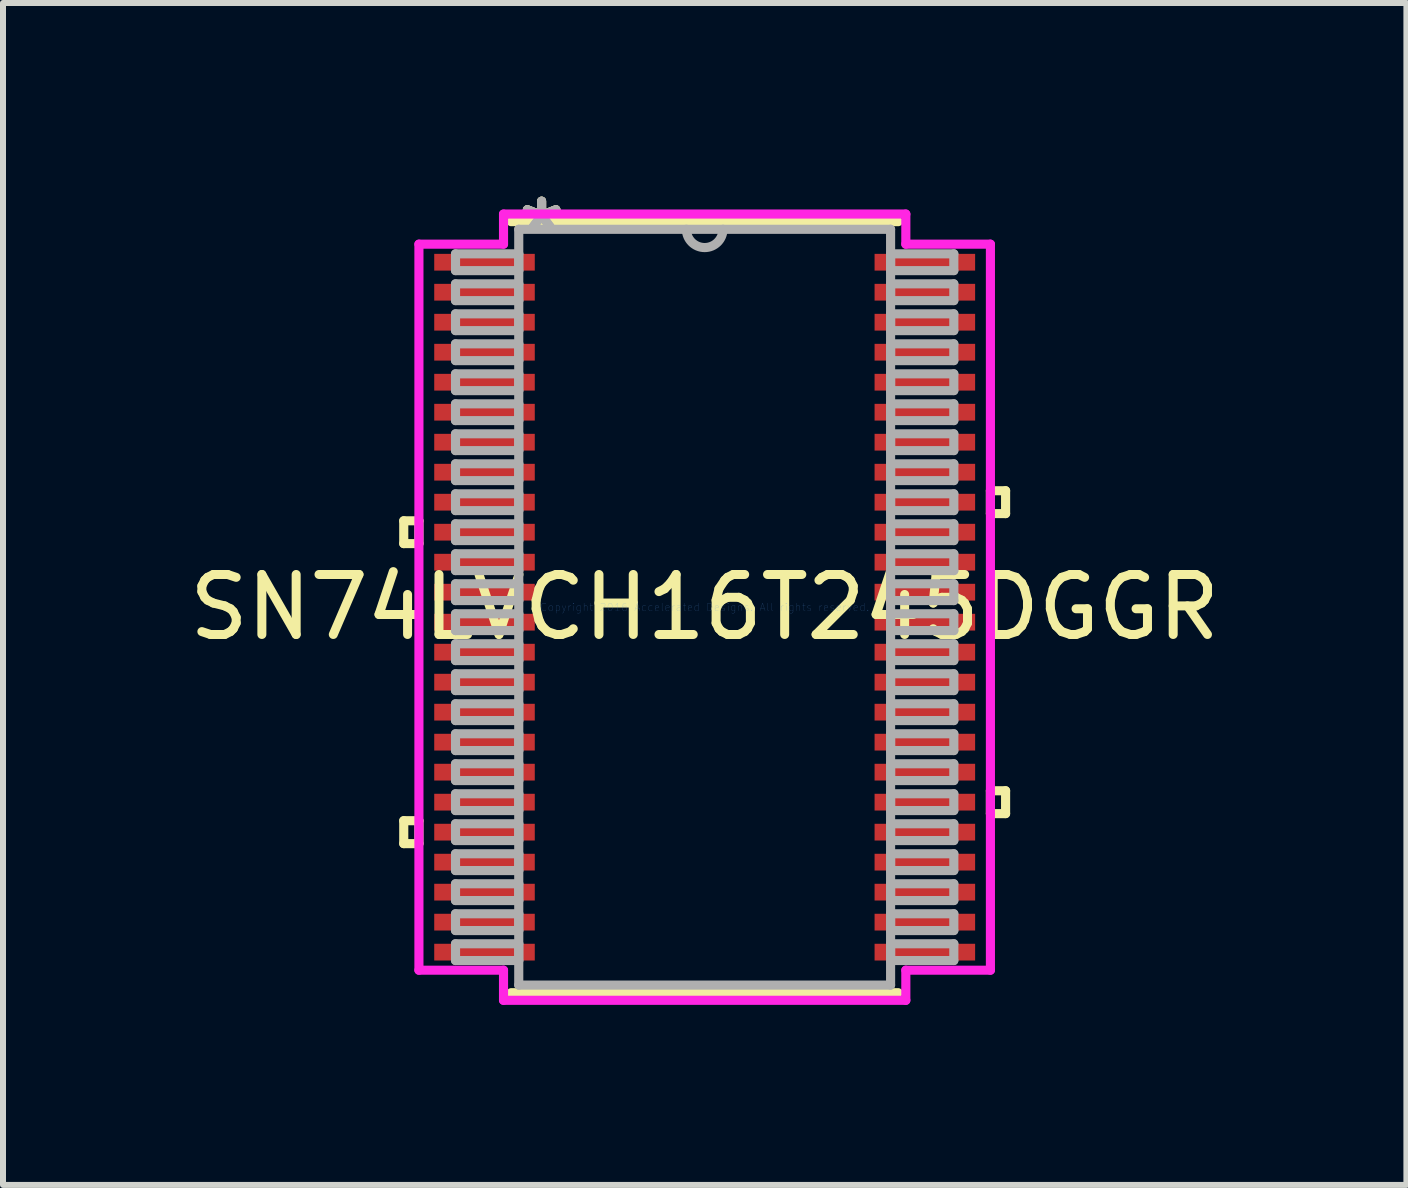
<source format=kicad_pcb>
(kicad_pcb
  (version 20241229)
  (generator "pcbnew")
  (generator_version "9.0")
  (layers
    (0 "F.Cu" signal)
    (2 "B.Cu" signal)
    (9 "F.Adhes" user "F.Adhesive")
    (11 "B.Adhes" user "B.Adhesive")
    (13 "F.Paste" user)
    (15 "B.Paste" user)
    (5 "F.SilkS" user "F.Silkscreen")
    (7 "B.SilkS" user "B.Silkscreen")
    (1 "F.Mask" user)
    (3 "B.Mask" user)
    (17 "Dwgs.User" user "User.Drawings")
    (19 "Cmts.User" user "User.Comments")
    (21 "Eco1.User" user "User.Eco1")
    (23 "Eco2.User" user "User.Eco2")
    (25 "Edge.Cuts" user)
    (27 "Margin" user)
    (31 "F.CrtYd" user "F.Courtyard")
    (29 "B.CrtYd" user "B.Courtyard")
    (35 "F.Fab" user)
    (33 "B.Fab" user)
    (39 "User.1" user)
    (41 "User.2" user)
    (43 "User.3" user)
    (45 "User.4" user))
  (footprint "SN74LVCH16T245DGGR"
    (layer "F.Cu")
    (at 8.696 7.071)
    (property "Reference" "SN74LVCH16T245DGGR" (at 0 0 0) (layer "F.SilkS") (effects (font (size 1 1) (thickness 0.15))))
    (attr through_hole)
    (fp_line (start -5.016 -1.44) (end -5.016 -1.06) (stroke (width 0.152) (type solid)) (layer "F.SilkS"))
    (fp_line (start -5.016 -1.06) (end -4.763 -1.06) (stroke (width 0.152) (type solid)) (layer "F.SilkS"))
    (fp_line (start -5.016 3.559) (end -5.016 3.941) (stroke (width 0.152) (type solid)) (layer "F.SilkS"))
    (fp_line (start -5.016 3.941) (end -4.763 3.941) (stroke (width 0.152) (type solid)) (layer "F.SilkS"))
    (fp_line (start -4.763 -1.44) (end -5.016 -1.44) (stroke (width 0.152) (type solid)) (layer "F.SilkS"))
    (fp_line (start -4.763 -1.06) (end -4.763 -1.44) (stroke (width 0.152) (type solid)) (layer "F.SilkS"))
    (fp_line (start -4.763 3.559) (end -5.016 3.559) (stroke (width 0.152) (type solid)) (layer "F.SilkS"))
    (fp_line (start -4.763 3.941) (end -4.763 3.559) (stroke (width 0.152) (type solid)) (layer "F.SilkS"))
    (fp_line (start -3.226 6.426) (end 3.226 6.426) (stroke (width 0.152) (type solid)) (layer "F.SilkS"))
    (fp_line (start 3.226 -6.426) (end -3.226 -6.426) (stroke (width 0.152) (type solid)) (layer "F.SilkS"))
    (fp_line (start 4.763 -1.941) (end 5.016 -1.941) (stroke (width 0.152) (type solid)) (layer "F.SilkS"))
    (fp_line (start 4.763 -1.56) (end 4.763 -1.941) (stroke (width 0.152) (type solid)) (layer "F.SilkS"))
    (fp_line (start 4.763 3.06) (end 5.016 3.06) (stroke (width 0.152) (type solid)) (layer "F.SilkS"))
    (fp_line (start 4.763 3.441) (end 4.763 3.06) (stroke (width 0.152) (type solid)) (layer "F.SilkS"))
    (fp_line (start 5.016 -1.941) (end 5.016 -1.56) (stroke (width 0.152) (type solid)) (layer "F.SilkS"))
    (fp_line (start 5.016 -1.56) (end 4.763 -1.56) (stroke (width 0.152) (type solid)) (layer "F.SilkS"))
    (fp_line (start 5.016 3.06) (end 5.016 3.441) (stroke (width 0.152) (type solid)) (layer "F.SilkS"))
    (fp_line (start 5.016 3.441) (end 4.763 3.441) (stroke (width 0.152) (type solid)) (layer "F.SilkS"))
    (fp_line (start -4.763 -6.051) (end -3.353 -6.051) (stroke (width 0.152) (type solid)) (layer "F.CrtYd"))
    (fp_line (start -4.763 6.051) (end -4.763 -6.051) (stroke (width 0.152) (type solid)) (layer "F.CrtYd"))
    (fp_line (start -3.353 -6.553) (end 3.353 -6.553) (stroke (width 0.152) (type solid)) (layer "F.CrtYd"))
    (fp_line (start -3.353 -6.051) (end -3.353 -6.553) (stroke (width 0.152) (type solid)) (layer "F.CrtYd"))
    (fp_line (start -3.353 6.051) (end -4.763 6.051) (stroke (width 0.152) (type solid)) (layer "F.CrtYd"))
    (fp_line (start -3.353 6.553) (end -3.353 6.051) (stroke (width 0.152) (type solid)) (layer "F.CrtYd"))
    (fp_line (start 3.353 -6.553) (end 3.353 -6.051) (stroke (width 0.152) (type solid)) (layer "F.CrtYd"))
    (fp_line (start 3.353 -6.051) (end 4.763 -6.051) (stroke (width 0.152) (type solid)) (layer "F.CrtYd"))
    (fp_line (start 3.353 6.051) (end 3.353 6.553) (stroke (width 0.152) (type solid)) (layer "F.CrtYd"))
    (fp_line (start 3.353 6.553) (end -3.353 6.553) (stroke (width 0.152) (type solid)) (layer "F.CrtYd"))
    (fp_line (start 4.763 -6.051) (end 4.763 6.051) (stroke (width 0.152) (type solid)) (layer "F.CrtYd"))
    (fp_line (start 4.763 6.051) (end 3.353 6.051) (stroke (width 0.152) (type solid)) (layer "F.CrtYd"))
    (fp_line (start -4.153 -5.89) (end -4.153 -5.61) (stroke (width 0.152) (type solid)) (layer "F.Fab"))
    (fp_line (start -4.153 -5.61) (end -3.099 -5.61) (stroke (width 0.152) (type solid)) (layer "F.Fab"))
    (fp_line (start -4.153 -5.39) (end -4.153 -5.11) (stroke (width 0.152) (type solid)) (layer "F.Fab"))
    (fp_line (start -4.153 -5.11) (end -3.099 -5.11) (stroke (width 0.152) (type solid)) (layer "F.Fab"))
    (fp_line (start -4.153 -4.89) (end -4.153 -4.61) (stroke (width 0.152) (type solid)) (layer "F.Fab"))
    (fp_line (start -4.153 -4.61) (end -3.099 -4.61) (stroke (width 0.152) (type solid)) (layer "F.Fab"))
    (fp_line (start -4.153 -4.39) (end -4.153 -4.11) (stroke (width 0.152) (type solid)) (layer "F.Fab"))
    (fp_line (start -4.153 -4.11) (end -3.099 -4.11) (stroke (width 0.152) (type solid)) (layer "F.Fab"))
    (fp_line (start -4.153 -3.89) (end -4.153 -3.61) (stroke (width 0.152) (type solid)) (layer "F.Fab"))
    (fp_line (start -4.153 -3.61) (end -3.099 -3.61) (stroke (width 0.152) (type solid)) (layer "F.Fab"))
    (fp_line (start -4.153 -3.39) (end -4.153 -3.11) (stroke (width 0.152) (type solid)) (layer "F.Fab"))
    (fp_line (start -4.153 -3.11) (end -3.099 -3.11) (stroke (width 0.152) (type solid)) (layer "F.Fab"))
    (fp_line (start -4.153 -2.89) (end -4.153 -2.61) (stroke (width 0.152) (type solid)) (layer "F.Fab"))
    (fp_line (start -4.153 -2.61) (end -3.099 -2.61) (stroke (width 0.152) (type solid)) (layer "F.Fab"))
    (fp_line (start -4.153 -2.39) (end -4.153 -2.11) (stroke (width 0.152) (type solid)) (layer "F.Fab"))
    (fp_line (start -4.153 -2.11) (end -3.099 -2.11) (stroke (width 0.152) (type solid)) (layer "F.Fab"))
    (fp_line (start -4.153 -1.89) (end -4.153 -1.61) (stroke (width 0.152) (type solid)) (layer "F.Fab"))
    (fp_line (start -4.153 -1.61) (end -3.099 -1.61) (stroke (width 0.152) (type solid)) (layer "F.Fab"))
    (fp_line (start -4.153 -1.39) (end -4.153 -1.11) (stroke (width 0.152) (type solid)) (layer "F.Fab"))
    (fp_line (start -4.153 -1.11) (end -3.099 -1.11) (stroke (width 0.152) (type solid)) (layer "F.Fab"))
    (fp_line (start -4.153 -0.89) (end -4.153 -0.61) (stroke (width 0.152) (type solid)) (layer "F.Fab"))
    (fp_line (start -4.153 -0.61) (end -3.099 -0.61) (stroke (width 0.152) (type solid)) (layer "F.Fab"))
    (fp_line (start -4.153 -0.39) (end -4.153 -0.11) (stroke (width 0.152) (type solid)) (layer "F.Fab"))
    (fp_line (start -4.153 -0.11) (end -3.099 -0.11) (stroke (width 0.152) (type solid)) (layer "F.Fab"))
    (fp_line (start -4.153 0.11) (end -4.153 0.39) (stroke (width 0.152) (type solid)) (layer "F.Fab"))
    (fp_line (start -4.153 0.39) (end -3.099 0.39) (stroke (width 0.152) (type solid)) (layer "F.Fab"))
    (fp_line (start -4.153 0.61) (end -4.153 0.89) (stroke (width 0.152) (type solid)) (layer "F.Fab"))
    (fp_line (start -4.153 0.89) (end -3.099 0.89) (stroke (width 0.152) (type solid)) (layer "F.Fab"))
    (fp_line (start -4.153 1.11) (end -4.153 1.39) (stroke (width 0.152) (type solid)) (layer "F.Fab"))
    (fp_line (start -4.153 1.39) (end -3.099 1.39) (stroke (width 0.152) (type solid)) (layer "F.Fab"))
    (fp_line (start -4.153 1.61) (end -4.153 1.89) (stroke (width 0.152) (type solid)) (layer "F.Fab"))
    (fp_line (start -4.153 1.89) (end -3.099 1.89) (stroke (width 0.152) (type solid)) (layer "F.Fab"))
    (fp_line (start -4.153 2.11) (end -4.153 2.39) (stroke (width 0.152) (type solid)) (layer "F.Fab"))
    (fp_line (start -4.153 2.39) (end -3.099 2.39) (stroke (width 0.152) (type solid)) (layer "F.Fab"))
    (fp_line (start -4.153 2.61) (end -4.153 2.89) (stroke (width 0.152) (type solid)) (layer "F.Fab"))
    (fp_line (start -4.153 2.89) (end -3.099 2.89) (stroke (width 0.152) (type solid)) (layer "F.Fab"))
    (fp_line (start -4.153 3.11) (end -4.153 3.39) (stroke (width 0.152) (type solid)) (layer "F.Fab"))
    (fp_line (start -4.153 3.39) (end -3.099 3.39) (stroke (width 0.152) (type solid)) (layer "F.Fab"))
    (fp_line (start -4.153 3.61) (end -4.153 3.89) (stroke (width 0.152) (type solid)) (layer "F.Fab"))
    (fp_line (start -4.153 3.89) (end -3.099 3.89) (stroke (width 0.152) (type solid)) (layer "F.Fab"))
    (fp_line (start -4.153 4.11) (end -4.153 4.39) (stroke (width 0.152) (type solid)) (layer "F.Fab"))
    (fp_line (start -4.153 4.39) (end -3.099 4.39) (stroke (width 0.152) (type solid)) (layer "F.Fab"))
    (fp_line (start -4.153 4.61) (end -4.153 4.89) (stroke (width 0.152) (type solid)) (layer "F.Fab"))
    (fp_line (start -4.153 4.89) (end -3.099 4.89) (stroke (width 0.152) (type solid)) (layer "F.Fab"))
    (fp_line (start -4.153 5.11) (end -4.153 5.39) (stroke (width 0.152) (type solid)) (layer "F.Fab"))
    (fp_line (start -4.153 5.39) (end -3.099 5.39) (stroke (width 0.152) (type solid)) (layer "F.Fab"))
    (fp_line (start -4.153 5.61) (end -4.153 5.89) (stroke (width 0.152) (type solid)) (layer "F.Fab"))
    (fp_line (start -4.153 5.89) (end -3.099 5.89) (stroke (width 0.152) (type solid)) (layer "F.Fab"))
    (fp_line (start -3.099 -6.299) (end -3.099 6.299) (stroke (width 0.152) (type solid)) (layer "F.Fab"))
    (fp_line (start -3.099 -5.89) (end -4.153 -5.89) (stroke (width 0.152) (type solid)) (layer "F.Fab"))
    (fp_line (start -3.099 -5.61) (end -3.099 -5.89) (stroke (width 0.152) (type solid)) (layer "F.Fab"))
    (fp_line (start -3.099 -5.39) (end -4.153 -5.39) (stroke (width 0.152) (type solid)) (layer "F.Fab"))
    (fp_line (start -3.099 -5.11) (end -3.099 -5.39) (stroke (width 0.152) (type solid)) (layer "F.Fab"))
    (fp_line (start -3.099 -4.89) (end -4.153 -4.89) (stroke (width 0.152) (type solid)) (layer "F.Fab"))
    (fp_line (start -3.099 -4.61) (end -3.099 -4.89) (stroke (width 0.152) (type solid)) (layer "F.Fab"))
    (fp_line (start -3.099 -4.39) (end -4.153 -4.39) (stroke (width 0.152) (type solid)) (layer "F.Fab"))
    (fp_line (start -3.099 -4.11) (end -3.099 -4.39) (stroke (width 0.152) (type solid)) (layer "F.Fab"))
    (fp_line (start -3.099 -3.89) (end -4.153 -3.89) (stroke (width 0.152) (type solid)) (layer "F.Fab"))
    (fp_line (start -3.099 -3.61) (end -3.099 -3.89) (stroke (width 0.152) (type solid)) (layer "F.Fab"))
    (fp_line (start -3.099 -3.39) (end -4.153 -3.39) (stroke (width 0.152) (type solid)) (layer "F.Fab"))
    (fp_line (start -3.099 -3.11) (end -3.099 -3.39) (stroke (width 0.152) (type solid)) (layer "F.Fab"))
    (fp_line (start -3.099 -2.89) (end -4.153 -2.89) (stroke (width 0.152) (type solid)) (layer "F.Fab"))
    (fp_line (start -3.099 -2.61) (end -3.099 -2.89) (stroke (width 0.152) (type solid)) (layer "F.Fab"))
    (fp_line (start -3.099 -2.39) (end -4.153 -2.39) (stroke (width 0.152) (type solid)) (layer "F.Fab"))
    (fp_line (start -3.099 -2.11) (end -3.099 -2.39) (stroke (width 0.152) (type solid)) (layer "F.Fab"))
    (fp_line (start -3.099 -1.89) (end -4.153 -1.89) (stroke (width 0.152) (type solid)) (layer "F.Fab"))
    (fp_line (start -3.099 -1.61) (end -3.099 -1.89) (stroke (width 0.152) (type solid)) (layer "F.Fab"))
    (fp_line (start -3.099 -1.39) (end -4.153 -1.39) (stroke (width 0.152) (type solid)) (layer "F.Fab"))
    (fp_line (start -3.099 -1.11) (end -3.099 -1.39) (stroke (width 0.152) (type solid)) (layer "F.Fab"))
    (fp_line (start -3.099 -0.89) (end -4.153 -0.89) (stroke (width 0.152) (type solid)) (layer "F.Fab"))
    (fp_line (start -3.099 -0.61) (end -3.099 -0.89) (stroke (width 0.152) (type solid)) (layer "F.Fab"))
    (fp_line (start -3.099 -0.39) (end -4.153 -0.39) (stroke (width 0.152) (type solid)) (layer "F.Fab"))
    (fp_line (start -3.099 -0.11) (end -3.099 -0.39) (stroke (width 0.152) (type solid)) (layer "F.Fab"))
    (fp_line (start -3.099 0.11) (end -4.153 0.11) (stroke (width 0.152) (type solid)) (layer "F.Fab"))
    (fp_line (start -3.099 0.39) (end -3.099 0.11) (stroke (width 0.152) (type solid)) (layer "F.Fab"))
    (fp_line (start -3.099 0.61) (end -4.153 0.61) (stroke (width 0.152) (type solid)) (layer "F.Fab"))
    (fp_line (start -3.099 0.89) (end -3.099 0.61) (stroke (width 0.152) (type solid)) (layer "F.Fab"))
    (fp_line (start -3.099 1.11) (end -4.153 1.11) (stroke (width 0.152) (type solid)) (layer "F.Fab"))
    (fp_line (start -3.099 1.39) (end -3.099 1.11) (stroke (width 0.152) (type solid)) (layer "F.Fab"))
    (fp_line (start -3.099 1.61) (end -4.153 1.61) (stroke (width 0.152) (type solid)) (layer "F.Fab"))
    (fp_line (start -3.099 1.89) (end -3.099 1.61) (stroke (width 0.152) (type solid)) (layer "F.Fab"))
    (fp_line (start -3.099 2.11) (end -4.153 2.11) (stroke (width 0.152) (type solid)) (layer "F.Fab"))
    (fp_line (start -3.099 2.39) (end -3.099 2.11) (stroke (width 0.152) (type solid)) (layer "F.Fab"))
    (fp_line (start -3.099 2.61) (end -4.153 2.61) (stroke (width 0.152) (type solid)) (layer "F.Fab"))
    (fp_line (start -3.099 2.89) (end -3.099 2.61) (stroke (width 0.152) (type solid)) (layer "F.Fab"))
    (fp_line (start -3.099 3.11) (end -4.153 3.11) (stroke (width 0.152) (type solid)) (layer "F.Fab"))
    (fp_line (start -3.099 3.39) (end -3.099 3.11) (stroke (width 0.152) (type solid)) (layer "F.Fab"))
    (fp_line (start -3.099 3.61) (end -4.153 3.61) (stroke (width 0.152) (type solid)) (layer "F.Fab"))
    (fp_line (start -3.099 3.89) (end -3.099 3.61) (stroke (width 0.152) (type solid)) (layer "F.Fab"))
    (fp_line (start -3.099 4.11) (end -4.153 4.11) (stroke (width 0.152) (type solid)) (layer "F.Fab"))
    (fp_line (start -3.099 4.39) (end -3.099 4.11) (stroke (width 0.152) (type solid)) (layer "F.Fab"))
    (fp_line (start -3.099 4.61) (end -4.153 4.61) (stroke (width 0.152) (type solid)) (layer "F.Fab"))
    (fp_line (start -3.099 4.89) (end -3.099 4.61) (stroke (width 0.152) (type solid)) (layer "F.Fab"))
    (fp_line (start -3.099 5.11) (end -4.153 5.11) (stroke (width 0.152) (type solid)) (layer "F.Fab"))
    (fp_line (start -3.099 5.39) (end -3.099 5.11) (stroke (width 0.152) (type solid)) (layer "F.Fab"))
    (fp_line (start -3.099 5.61) (end -4.153 5.61) (stroke (width 0.152) (type solid)) (layer "F.Fab"))
    (fp_line (start -3.099 5.89) (end -3.099 5.61) (stroke (width 0.152) (type solid)) (layer "F.Fab"))
    (fp_line (start -3.099 6.299) (end 3.099 6.299) (stroke (width 0.152) (type solid)) (layer "F.Fab"))
    (fp_line (start 3.099 -6.299) (end -3.099 -6.299) (stroke (width 0.152) (type solid)) (layer "F.Fab"))
    (fp_line (start 3.099 -5.89) (end 3.099 -5.61) (stroke (width 0.152) (type solid)) (layer "F.Fab"))
    (fp_line (start 3.099 -5.61) (end 4.153 -5.61) (stroke (width 0.152) (type solid)) (layer "F.Fab"))
    (fp_line (start 3.099 -5.39) (end 3.099 -5.11) (stroke (width 0.152) (type solid)) (layer "F.Fab"))
    (fp_line (start 3.099 -5.11) (end 4.153 -5.11) (stroke (width 0.152) (type solid)) (layer "F.Fab"))
    (fp_line (start 3.099 -4.89) (end 3.099 -4.61) (stroke (width 0.152) (type solid)) (layer "F.Fab"))
    (fp_line (start 3.099 -4.61) (end 4.153 -4.61) (stroke (width 0.152) (type solid)) (layer "F.Fab"))
    (fp_line (start 3.099 -4.39) (end 3.099 -4.11) (stroke (width 0.152) (type solid)) (layer "F.Fab"))
    (fp_line (start 3.099 -4.11) (end 4.153 -4.11) (stroke (width 0.152) (type solid)) (layer "F.Fab"))
    (fp_line (start 3.099 -3.89) (end 3.099 -3.61) (stroke (width 0.152) (type solid)) (layer "F.Fab"))
    (fp_line (start 3.099 -3.61) (end 4.153 -3.61) (stroke (width 0.152) (type solid)) (layer "F.Fab"))
    (fp_line (start 3.099 -3.39) (end 3.099 -3.11) (stroke (width 0.152) (type solid)) (layer "F.Fab"))
    (fp_line (start 3.099 -3.11) (end 4.153 -3.11) (stroke (width 0.152) (type solid)) (layer "F.Fab"))
    (fp_line (start 3.099 -2.89) (end 3.099 -2.61) (stroke (width 0.152) (type solid)) (layer "F.Fab"))
    (fp_line (start 3.099 -2.61) (end 4.153 -2.61) (stroke (width 0.152) (type solid)) (layer "F.Fab"))
    (fp_line (start 3.099 -2.39) (end 3.099 -2.11) (stroke (width 0.152) (type solid)) (layer "F.Fab"))
    (fp_line (start 3.099 -2.11) (end 4.153 -2.11) (stroke (width 0.152) (type solid)) (layer "F.Fab"))
    (fp_line (start 3.099 -1.89) (end 3.099 -1.61) (stroke (width 0.152) (type solid)) (layer "F.Fab"))
    (fp_line (start 3.099 -1.61) (end 4.153 -1.61) (stroke (width 0.152) (type solid)) (layer "F.Fab"))
    (fp_line (start 3.099 -1.39) (end 3.099 -1.11) (stroke (width 0.152) (type solid)) (layer "F.Fab"))
    (fp_line (start 3.099 -1.11) (end 4.153 -1.11) (stroke (width 0.152) (type solid)) (layer "F.Fab"))
    (fp_line (start 3.099 -0.89) (end 3.099 -0.61) (stroke (width 0.152) (type solid)) (layer "F.Fab"))
    (fp_line (start 3.099 -0.61) (end 4.153 -0.61) (stroke (width 0.152) (type solid)) (layer "F.Fab"))
    (fp_line (start 3.099 -0.39) (end 3.099 -0.11) (stroke (width 0.152) (type solid)) (layer "F.Fab"))
    (fp_line (start 3.099 -0.11) (end 4.153 -0.11) (stroke (width 0.152) (type solid)) (layer "F.Fab"))
    (fp_line (start 3.099 0.11) (end 3.099 0.39) (stroke (width 0.152) (type solid)) (layer "F.Fab"))
    (fp_line (start 3.099 0.39) (end 4.153 0.39) (stroke (width 0.152) (type solid)) (layer "F.Fab"))
    (fp_line (start 3.099 0.61) (end 3.099 0.89) (stroke (width 0.152) (type solid)) (layer "F.Fab"))
    (fp_line (start 3.099 0.89) (end 4.153 0.89) (stroke (width 0.152) (type solid)) (layer "F.Fab"))
    (fp_line (start 3.099 1.11) (end 3.099 1.39) (stroke (width 0.152) (type solid)) (layer "F.Fab"))
    (fp_line (start 3.099 1.39) (end 4.153 1.39) (stroke (width 0.152) (type solid)) (layer "F.Fab"))
    (fp_line (start 3.099 1.61) (end 3.099 1.89) (stroke (width 0.152) (type solid)) (layer "F.Fab"))
    (fp_line (start 3.099 1.89) (end 4.153 1.89) (stroke (width 0.152) (type solid)) (layer "F.Fab"))
    (fp_line (start 3.099 2.11) (end 3.099 2.39) (stroke (width 0.152) (type solid)) (layer "F.Fab"))
    (fp_line (start 3.099 2.39) (end 4.153 2.39) (stroke (width 0.152) (type solid)) (layer "F.Fab"))
    (fp_line (start 3.099 2.61) (end 3.099 2.89) (stroke (width 0.152) (type solid)) (layer "F.Fab"))
    (fp_line (start 3.099 2.89) (end 4.153 2.89) (stroke (width 0.152) (type solid)) (layer "F.Fab"))
    (fp_line (start 3.099 3.11) (end 3.099 3.39) (stroke (width 0.152) (type solid)) (layer "F.Fab"))
    (fp_line (start 3.099 3.39) (end 4.153 3.39) (stroke (width 0.152) (type solid)) (layer "F.Fab"))
    (fp_line (start 3.099 3.61) (end 3.099 3.89) (stroke (width 0.152) (type solid)) (layer "F.Fab"))
    (fp_line (start 3.099 3.89) (end 4.153 3.89) (stroke (width 0.152) (type solid)) (layer "F.Fab"))
    (fp_line (start 3.099 4.11) (end 3.099 4.39) (stroke (width 0.152) (type solid)) (layer "F.Fab"))
    (fp_line (start 3.099 4.39) (end 4.153 4.39) (stroke (width 0.152) (type solid)) (layer "F.Fab"))
    (fp_line (start 3.099 4.61) (end 3.099 4.89) (stroke (width 0.152) (type solid)) (layer "F.Fab"))
    (fp_line (start 3.099 4.89) (end 4.153 4.89) (stroke (width 0.152) (type solid)) (layer "F.Fab"))
    (fp_line (start 3.099 5.11) (end 3.099 5.39) (stroke (width 0.152) (type solid)) (layer "F.Fab"))
    (fp_line (start 3.099 5.39) (end 4.153 5.39) (stroke (width 0.152) (type solid)) (layer "F.Fab"))
    (fp_line (start 3.099 5.61) (end 3.099 5.89) (stroke (width 0.152) (type solid)) (layer "F.Fab"))
    (fp_line (start 3.099 5.89) (end 4.153 5.89) (stroke (width 0.152) (type solid)) (layer "F.Fab"))
    (fp_line (start 3.099 6.299) (end 3.099 -6.299) (stroke (width 0.152) (type solid)) (layer "F.Fab"))
    (fp_line (start 4.153 -5.89) (end 3.099 -5.89) (stroke (width 0.152) (type solid)) (layer "F.Fab"))
    (fp_line (start 4.153 -5.61) (end 4.153 -5.89) (stroke (width 0.152) (type solid)) (layer "F.Fab"))
    (fp_line (start 4.153 -5.39) (end 3.099 -5.39) (stroke (width 0.152) (type solid)) (layer "F.Fab"))
    (fp_line (start 4.153 -5.11) (end 4.153 -5.39) (stroke (width 0.152) (type solid)) (layer "F.Fab"))
    (fp_line (start 4.153 -4.89) (end 3.099 -4.89) (stroke (width 0.152) (type solid)) (layer "F.Fab"))
    (fp_line (start 4.153 -4.61) (end 4.153 -4.89) (stroke (width 0.152) (type solid)) (layer "F.Fab"))
    (fp_line (start 4.153 -4.39) (end 3.099 -4.39) (stroke (width 0.152) (type solid)) (layer "F.Fab"))
    (fp_line (start 4.153 -4.11) (end 4.153 -4.39) (stroke (width 0.152) (type solid)) (layer "F.Fab"))
    (fp_line (start 4.153 -3.89) (end 3.099 -3.89) (stroke (width 0.152) (type solid)) (layer "F.Fab"))
    (fp_line (start 4.153 -3.61) (end 4.153 -3.89) (stroke (width 0.152) (type solid)) (layer "F.Fab"))
    (fp_line (start 4.153 -3.39) (end 3.099 -3.39) (stroke (width 0.152) (type solid)) (layer "F.Fab"))
    (fp_line (start 4.153 -3.11) (end 4.153 -3.39) (stroke (width 0.152) (type solid)) (layer "F.Fab"))
    (fp_line (start 4.153 -2.89) (end 3.099 -2.89) (stroke (width 0.152) (type solid)) (layer "F.Fab"))
    (fp_line (start 4.153 -2.61) (end 4.153 -2.89) (stroke (width 0.152) (type solid)) (layer "F.Fab"))
    (fp_line (start 4.153 -2.39) (end 3.099 -2.39) (stroke (width 0.152) (type solid)) (layer "F.Fab"))
    (fp_line (start 4.153 -2.11) (end 4.153 -2.39) (stroke (width 0.152) (type solid)) (layer "F.Fab"))
    (fp_line (start 4.153 -1.89) (end 3.099 -1.89) (stroke (width 0.152) (type solid)) (layer "F.Fab"))
    (fp_line (start 4.153 -1.61) (end 4.153 -1.89) (stroke (width 0.152) (type solid)) (layer "F.Fab"))
    (fp_line (start 4.153 -1.39) (end 3.099 -1.39) (stroke (width 0.152) (type solid)) (layer "F.Fab"))
    (fp_line (start 4.153 -1.11) (end 4.153 -1.39) (stroke (width 0.152) (type solid)) (layer "F.Fab"))
    (fp_line (start 4.153 -0.89) (end 3.099 -0.89) (stroke (width 0.152) (type solid)) (layer "F.Fab"))
    (fp_line (start 4.153 -0.61) (end 4.153 -0.89) (stroke (width 0.152) (type solid)) (layer "F.Fab"))
    (fp_line (start 4.153 -0.39) (end 3.099 -0.39) (stroke (width 0.152) (type solid)) (layer "F.Fab"))
    (fp_line (start 4.153 -0.11) (end 4.153 -0.39) (stroke (width 0.152) (type solid)) (layer "F.Fab"))
    (fp_line (start 4.153 0.11) (end 3.099 0.11) (stroke (width 0.152) (type solid)) (layer "F.Fab"))
    (fp_line (start 4.153 0.39) (end 4.153 0.11) (stroke (width 0.152) (type solid)) (layer "F.Fab"))
    (fp_line (start 4.153 0.61) (end 3.099 0.61) (stroke (width 0.152) (type solid)) (layer "F.Fab"))
    (fp_line (start 4.153 0.89) (end 4.153 0.61) (stroke (width 0.152) (type solid)) (layer "F.Fab"))
    (fp_line (start 4.153 1.11) (end 3.099 1.11) (stroke (width 0.152) (type solid)) (layer "F.Fab"))
    (fp_line (start 4.153 1.39) (end 4.153 1.11) (stroke (width 0.152) (type solid)) (layer "F.Fab"))
    (fp_line (start 4.153 1.61) (end 3.099 1.61) (stroke (width 0.152) (type solid)) (layer "F.Fab"))
    (fp_line (start 4.153 1.89) (end 4.153 1.61) (stroke (width 0.152) (type solid)) (layer "F.Fab"))
    (fp_line (start 4.153 2.11) (end 3.099 2.11) (stroke (width 0.152) (type solid)) (layer "F.Fab"))
    (fp_line (start 4.153 2.39) (end 4.153 2.11) (stroke (width 0.152) (type solid)) (layer "F.Fab"))
    (fp_line (start 4.153 2.61) (end 3.099 2.61) (stroke (width 0.152) (type solid)) (layer "F.Fab"))
    (fp_line (start 4.153 2.89) (end 4.153 2.61) (stroke (width 0.152) (type solid)) (layer "F.Fab"))
    (fp_line (start 4.153 3.11) (end 3.099 3.11) (stroke (width 0.152) (type solid)) (layer "F.Fab"))
    (fp_line (start 4.153 3.39) (end 4.153 3.11) (stroke (width 0.152) (type solid)) (layer "F.Fab"))
    (fp_line (start 4.153 3.61) (end 3.099 3.61) (stroke (width 0.152) (type solid)) (layer "F.Fab"))
    (fp_line (start 4.153 3.89) (end 4.153 3.61) (stroke (width 0.152) (type solid)) (layer "F.Fab"))
    (fp_line (start 4.153 4.11) (end 3.099 4.11) (stroke (width 0.152) (type solid)) (layer "F.Fab"))
    (fp_line (start 4.153 4.39) (end 4.153 4.11) (stroke (width 0.152) (type solid)) (layer "F.Fab"))
    (fp_line (start 4.153 4.61) (end 3.099 4.61) (stroke (width 0.152) (type solid)) (layer "F.Fab"))
    (fp_line (start 4.153 4.89) (end 4.153 4.61) (stroke (width 0.152) (type solid)) (layer "F.Fab"))
    (fp_line (start 4.153 5.11) (end 3.099 5.11) (stroke (width 0.152) (type solid)) (layer "F.Fab"))
    (fp_line (start 4.153 5.39) (end 4.153 5.11) (stroke (width 0.152) (type solid)) (layer "F.Fab"))
    (fp_line (start 4.153 5.61) (end 3.099 5.61) (stroke (width 0.152) (type solid)) (layer "F.Fab"))
    (fp_line (start 4.153 5.89) (end 4.153 5.61) (stroke (width 0.152) (type solid)) (layer "F.Fab"))
    (fp_arc (start 0.3048 -6.2992) (mid 0 -5.9944) (end -0.3048 -6.2992) (stroke (width 0.1524) (type solid)) (layer "F.Fab"))
    (fp_text user "*" (at -2.718 -6.223 0) (layer "F.SilkS") (effects (font (size 1 1) (thickness 0.15))))
    (fp_text user "*" (at -2.718 -6.223 0) (layer "F.SilkS") (effects (font (size 1 1) (thickness 0.15))))
    (fp_text user "Copyright 2016 Accelerated Designs. All rights reserved." (at 0 0 0) (layer "Cmts.User") (effects (font (size 0.127 0.127) (thickness 0.002))))
    (fp_text user "*" (at -2.718 -6.223 0) (layer "F.Fab") (effects (font (size 1 1) (thickness 0.15))))
    (fp_text user "*" (at -2.718 -6.223 0) (layer "F.Fab") (effects (font (size 1 1) (thickness 0.15))))
    (pad "1" smd rect (at -3.67 -5.75) (size 1.676 0.279) (layers "F.Cu" "F.Mask" "F.Paste"))
    (pad "2" smd rect (at -3.67 -5.25) (size 1.676 0.279) (layers "F.Cu" "F.Mask" "F.Paste"))
    (pad "3" smd rect (at -3.67 -4.75) (size 1.676 0.279) (layers "F.Cu" "F.Mask" "F.Paste"))
    (pad "4" smd rect (at -3.67 -4.25) (size 1.676 0.279) (layers "F.Cu" "F.Mask" "F.Paste"))
    (pad "5" smd rect (at -3.67 -3.75) (size 1.676 0.279) (layers "F.Cu" "F.Mask" "F.Paste"))
    (pad "6" smd rect (at -3.67 -3.25) (size 1.676 0.279) (layers "F.Cu" "F.Mask" "F.Paste"))
    (pad "7" smd rect (at -3.67 -2.75) (size 1.676 0.279) (layers "F.Cu" "F.Mask" "F.Paste"))
    (pad "8" smd rect (at -3.67 -2.25) (size 1.676 0.279) (layers "F.Cu" "F.Mask" "F.Paste"))
    (pad "9" smd rect (at -3.67 -1.75) (size 1.676 0.279) (layers "F.Cu" "F.Mask" "F.Paste"))
    (pad "10" smd rect (at -3.67 -1.25) (size 1.676 0.279) (layers "F.Cu" "F.Mask" "F.Paste"))
    (pad "11" smd rect (at -3.67 -0.75) (size 1.676 0.279) (layers "F.Cu" "F.Mask" "F.Paste"))
    (pad "12" smd rect (at -3.67 -0.25) (size 1.676 0.279) (layers "F.Cu" "F.Mask" "F.Paste"))
    (pad "13" smd rect (at -3.67 0.25) (size 1.676 0.279) (layers "F.Cu" "F.Mask" "F.Paste"))
    (pad "14" smd rect (at -3.67 0.75) (size 1.676 0.279) (layers "F.Cu" "F.Mask" "F.Paste"))
    (pad "15" smd rect (at -3.67 1.25) (size 1.676 0.279) (layers "F.Cu" "F.Mask" "F.Paste"))
    (pad "16" smd rect (at -3.67 1.75) (size 1.676 0.279) (layers "F.Cu" "F.Mask" "F.Paste"))
    (pad "17" smd rect (at -3.67 2.25) (size 1.676 0.279) (layers "F.Cu" "F.Mask" "F.Paste"))
    (pad "18" smd rect (at -3.67 2.75) (size 1.676 0.279) (layers "F.Cu" "F.Mask" "F.Paste"))
    (pad "19" smd rect (at -3.67 3.25) (size 1.676 0.279) (layers "F.Cu" "F.Mask" "F.Paste"))
    (pad "20" smd rect (at -3.67 3.75) (size 1.676 0.279) (layers "F.Cu" "F.Mask" "F.Paste"))
    (pad "21" smd rect (at -3.67 4.25) (size 1.676 0.279) (layers "F.Cu" "F.Mask" "F.Paste"))
    (pad "22" smd rect (at -3.67 4.75) (size 1.676 0.279) (layers "F.Cu" "F.Mask" "F.Paste"))
    (pad "23" smd rect (at -3.67 5.25) (size 1.676 0.279) (layers "F.Cu" "F.Mask" "F.Paste"))
    (pad "24" smd rect (at -3.67 5.75) (size 1.676 0.279) (layers "F.Cu" "F.Mask" "F.Paste"))
    (pad "25" smd rect (at 3.67 5.75) (size 1.676 0.279) (layers "F.Cu" "F.Mask" "F.Paste"))
    (pad "26" smd rect (at 3.67 5.25) (size 1.676 0.279) (layers "F.Cu" "F.Mask" "F.Paste"))
    (pad "27" smd rect (at 3.67 4.75) (size 1.676 0.279) (layers "F.Cu" "F.Mask" "F.Paste"))
    (pad "28" smd rect (at 3.67 4.25) (size 1.676 0.279) (layers "F.Cu" "F.Mask" "F.Paste"))
    (pad "29" smd rect (at 3.67 3.75) (size 1.676 0.279) (layers "F.Cu" "F.Mask" "F.Paste"))
    (pad "30" smd rect (at 3.67 3.25) (size 1.676 0.279) (layers "F.Cu" "F.Mask" "F.Paste"))
    (pad "31" smd rect (at 3.67 2.75) (size 1.676 0.279) (layers "F.Cu" "F.Mask" "F.Paste"))
    (pad "32" smd rect (at 3.67 2.25) (size 1.676 0.279) (layers "F.Cu" "F.Mask" "F.Paste"))
    (pad "33" smd rect (at 3.67 1.75) (size 1.676 0.279) (layers "F.Cu" "F.Mask" "F.Paste"))
    (pad "34" smd rect (at 3.67 1.25) (size 1.676 0.279) (layers "F.Cu" "F.Mask" "F.Paste"))
    (pad "35" smd rect (at 3.67 0.75) (size 1.676 0.279) (layers "F.Cu" "F.Mask" "F.Paste"))
    (pad "36" smd rect (at 3.67 0.25) (size 1.676 0.279) (layers "F.Cu" "F.Mask" "F.Paste"))
    (pad "37" smd rect (at 3.67 -0.25) (size 1.676 0.279) (layers "F.Cu" "F.Mask" "F.Paste"))
    (pad "38" smd rect (at 3.67 -0.75) (size 1.676 0.279) (layers "F.Cu" "F.Mask" "F.Paste"))
    (pad "39" smd rect (at 3.67 -1.25) (size 1.676 0.279) (layers "F.Cu" "F.Mask" "F.Paste"))
    (pad "40" smd rect (at 3.67 -1.75) (size 1.676 0.279) (layers "F.Cu" "F.Mask" "F.Paste"))
    (pad "41" smd rect (at 3.67 -2.25) (size 1.676 0.279) (layers "F.Cu" "F.Mask" "F.Paste"))
    (pad "42" smd rect (at 3.67 -2.75) (size 1.676 0.279) (layers "F.Cu" "F.Mask" "F.Paste"))
    (pad "43" smd rect (at 3.67 -3.25) (size 1.676 0.279) (layers "F.Cu" "F.Mask" "F.Paste"))
    (pad "44" smd rect (at 3.67 -3.75) (size 1.676 0.279) (layers "F.Cu" "F.Mask" "F.Paste"))
    (pad "45" smd rect (at 3.67 -4.25) (size 1.676 0.279) (layers "F.Cu" "F.Mask" "F.Paste"))
    (pad "46" smd rect (at 3.67 -4.75) (size 1.676 0.279) (layers "F.Cu" "F.Mask" "F.Paste"))
    (pad "47" smd rect (at 3.67 -5.25) (size 1.676 0.279) (layers "F.Cu" "F.Mask" "F.Paste"))
    (pad "48" smd rect (at 3.67 -5.75) (size 1.676 0.279) (layers "F.Cu" "F.Mask" "F.Paste")))
  (gr_rect
    (start -3 -3)
    (end 20.393 16.701)
    (stroke (width 0.1) (type default))
    (fill no)
    (layer "Edge.Cuts")))
</source>
